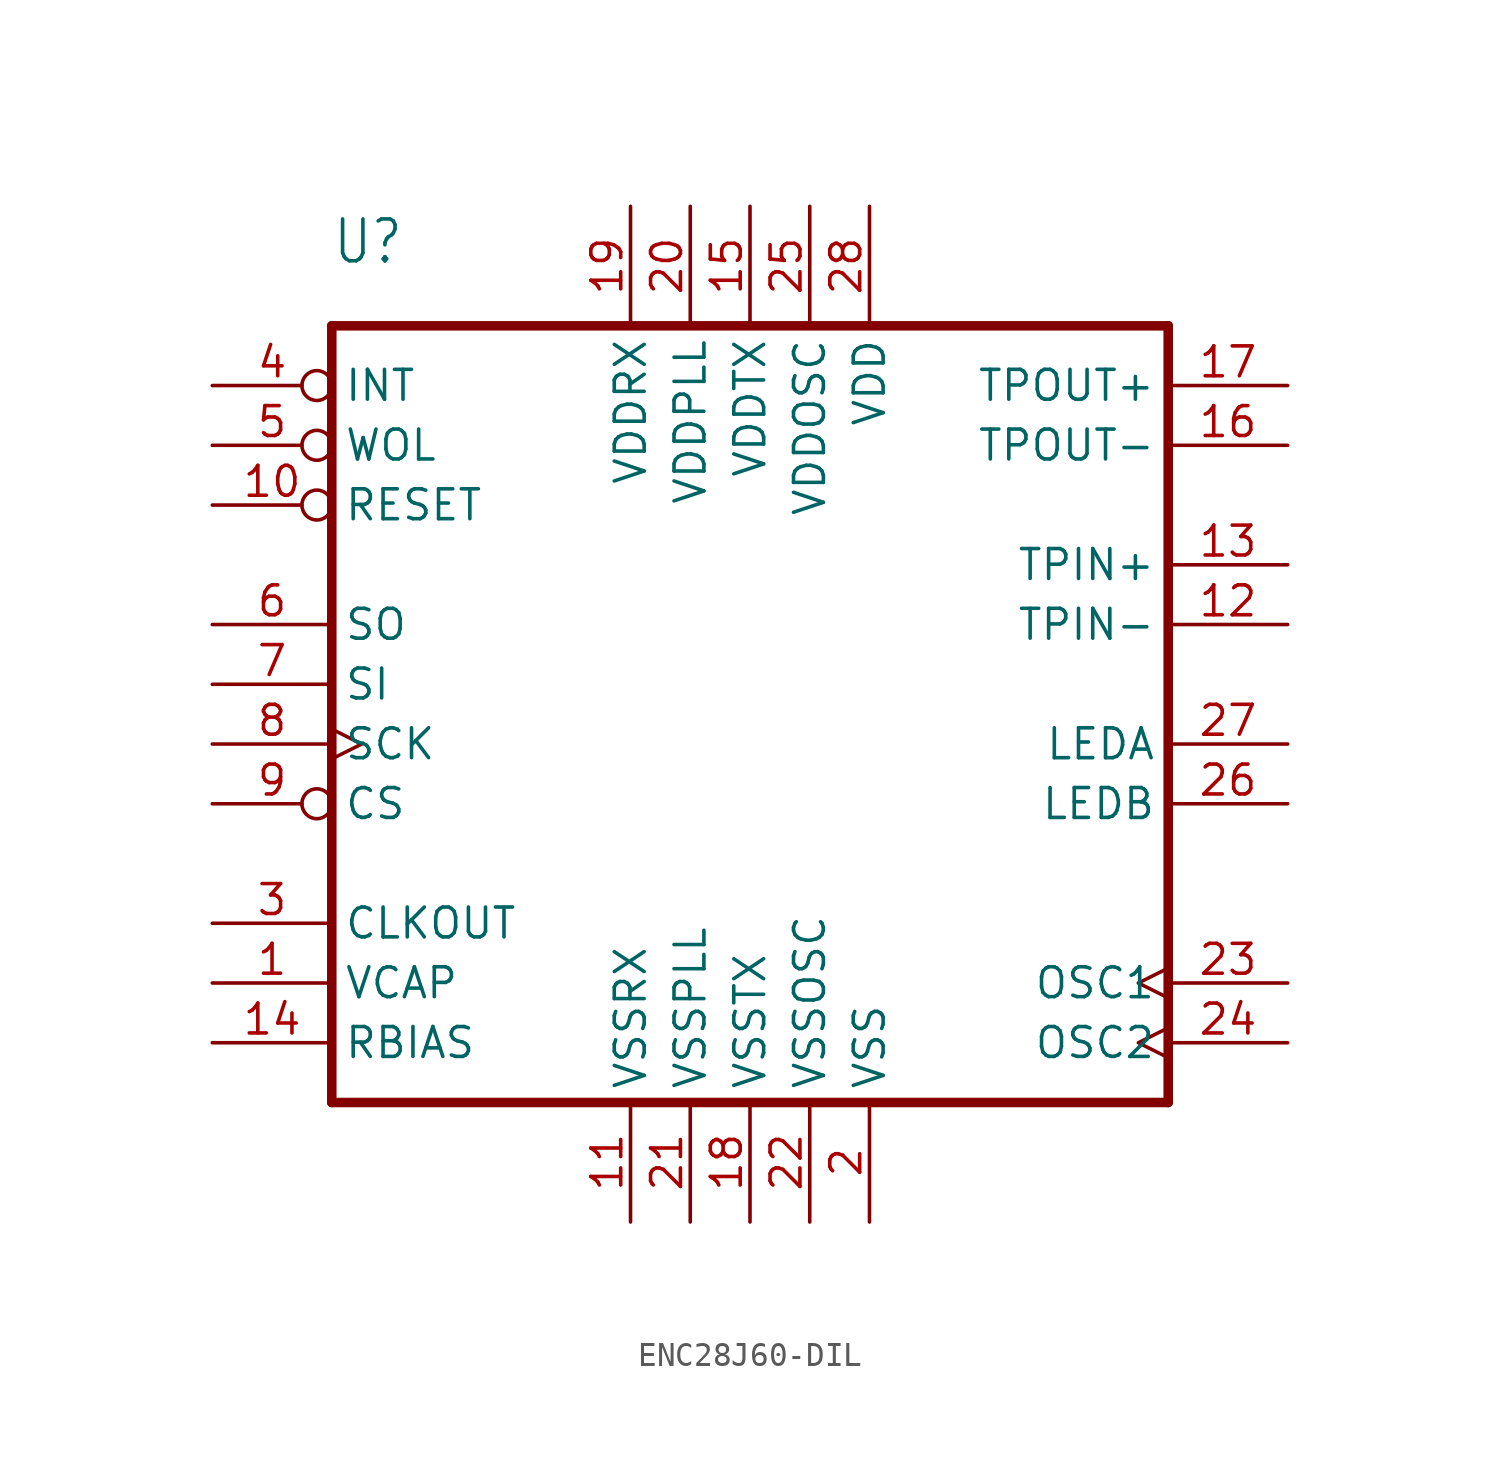
<source format=kicad_sym>
(kicad_symbol_lib
  (version 20231120)
  (generator "kicad_symbol_editor")
  (generator_version "8.0")
  (symbol "ENC28J60-DIL"
    (property "Reference" "U"
      (at -20.32 22.86 0)
      (effects (font (size 1.778 1.511)) (justify left bottom)))
    (property "Value" ""
      (at 5.08 -15.24 0)
      (effects (font (size 1.778 1.511)) (justify left bottom)))
    (property "ki_locked" ""
      (at 0 0 0)
      (effects (font (size 1.27 1.27))))
    (symbol "ENC28J60-DIL_1_0"
      (polyline (pts (xy -20.32 -12.7) (xy 15.24 -12.7)) (stroke (width 0.406) (type solid)) (fill (type none)))
      (polyline (pts (xy -20.32 20.32) (xy -20.32 -12.7)) (stroke (width 0.406) (type solid)) (fill (type none)))
      (polyline (pts (xy 15.24 -12.7) (xy 15.24 20.32)) (stroke (width 0.406) (type solid)) (fill (type none)))
      (polyline (pts (xy 15.24 20.32) (xy -20.32 20.32)) (stroke (width 0.406) (type solid)) (fill (type none)))
      (pin power_in line (at -25.4 -7.62 0) (length 5.08) (name "VCAP" (effects (font (size 1.27 1.27)))) (number "1" (effects (font (size 1.27 1.27)))))
      (pin input inverted (at -25.4 12.7 0) (length 5.08) (name "RESET" (effects (font (size 1.27 1.27)))) (number "10" (effects (font (size 1.27 1.27)))))
      (pin power_in line (at -7.62 -17.78 90) (length 5.08) (name "VSSRX" (effects (font (size 1.27 1.27)))) (number "11" (effects (font (size 1.27 1.27)))))
      (pin input line (at 20.32 7.62 180) (length 5.08) (name "TPIN-" (effects (font (size 1.27 1.27)))) (number "12" (effects (font (size 1.27 1.27)))))
      (pin input line (at 20.32 10.16 180) (length 5.08) (name "TPIN+" (effects (font (size 1.27 1.27)))) (number "13" (effects (font (size 1.27 1.27)))))
      (pin passive line (at -25.4 -10.16 0) (length 5.08) (name "RBIAS" (effects (font (size 1.27 1.27)))) (number "14" (effects (font (size 1.27 1.27)))))
      (pin power_in line (at -2.54 25.4 270) (length 5.08) (name "VDDTX" (effects (font (size 1.27 1.27)))) (number "15" (effects (font (size 1.27 1.27)))))
      (pin output line (at 20.32 15.24 180) (length 5.08) (name "TPOUT-" (effects (font (size 1.27 1.27)))) (number "16" (effects (font (size 1.27 1.27)))))
      (pin output line (at 20.32 17.78 180) (length 5.08) (name "TPOUT+" (effects (font (size 1.27 1.27)))) (number "17" (effects (font (size 1.27 1.27)))))
      (pin power_in line (at -2.54 -17.78 90) (length 5.08) (name "VSSTX" (effects (font (size 1.27 1.27)))) (number "18" (effects (font (size 1.27 1.27)))))
      (pin power_in line (at -7.62 25.4 270) (length 5.08) (name "VDDRX" (effects (font (size 1.27 1.27)))) (number "19" (effects (font (size 1.27 1.27)))))
      (pin power_in line (at 2.54 -17.78 90) (length 5.08) (name "VSS" (effects (font (size 1.27 1.27)))) (number "2" (effects (font (size 1.27 1.27)))))
      (pin power_in line (at -5.08 25.4 270) (length 5.08) (name "VDDPLL" (effects (font (size 1.27 1.27)))) (number "20" (effects (font (size 1.27 1.27)))))
      (pin power_in line (at -5.08 -17.78 90) (length 5.08) (name "VSSPLL" (effects (font (size 1.27 1.27)))) (number "21" (effects (font (size 1.27 1.27)))))
      (pin power_in line (at 0 -17.78 90) (length 5.08) (name "VSSOSC" (effects (font (size 1.27 1.27)))) (number "22" (effects (font (size 1.27 1.27)))))
      (pin input clock (at 20.32 -7.62 180) (length 5.08) (name "OSC1" (effects (font (size 1.27 1.27)))) (number "23" (effects (font (size 1.27 1.27)))))
      (pin output clock (at 20.32 -10.16 180) (length 5.08) (name "OSC2" (effects (font (size 1.27 1.27)))) (number "24" (effects (font (size 1.27 1.27)))))
      (pin power_in line (at 0 25.4 270) (length 5.08) (name "VDDOSC" (effects (font (size 1.27 1.27)))) (number "25" (effects (font (size 1.27 1.27)))))
      (pin output line (at 20.32 0 180) (length 5.08) (name "LEDB" (effects (font (size 1.27 1.27)))) (number "26" (effects (font (size 1.27 1.27)))))
      (pin output line (at 20.32 2.54 180) (length 5.08) (name "LEDA" (effects (font (size 1.27 1.27)))) (number "27" (effects (font (size 1.27 1.27)))))
      (pin power_in line (at 2.54 25.4 270) (length 5.08) (name "VDD" (effects (font (size 1.27 1.27)))) (number "28" (effects (font (size 1.27 1.27)))))
      (pin output line (at -25.4 -5.08 0) (length 5.08) (name "CLKOUT" (effects (font (size 1.27 1.27)))) (number "3" (effects (font (size 1.27 1.27)))))
      (pin output inverted (at -25.4 17.78 0) (length 5.08) (name "INT" (effects (font (size 1.27 1.27)))) (number "4" (effects (font (size 1.27 1.27)))))
      (pin output inverted (at -25.4 15.24 0) (length 5.08) (name "WOL" (effects (font (size 1.27 1.27)))) (number "5" (effects (font (size 1.27 1.27)))))
      (pin output line (at -25.4 7.62 0) (length 5.08) (name "SO" (effects (font (size 1.27 1.27)))) (number "6" (effects (font (size 1.27 1.27)))))
      (pin input line (at -25.4 5.08 0) (length 5.08) (name "SI" (effects (font (size 1.27 1.27)))) (number "7" (effects (font (size 1.27 1.27)))))
      (pin input clock (at -25.4 2.54 0) (length 5.08) (name "SCK" (effects (font (size 1.27 1.27)))) (number "8" (effects (font (size 1.27 1.27)))))
      (pin input inverted (at -25.4 0 0) (length 5.08) (name "CS" (effects (font (size 1.27 1.27)))) (number "9" (effects (font (size 1.27 1.27))))))))
</source>
